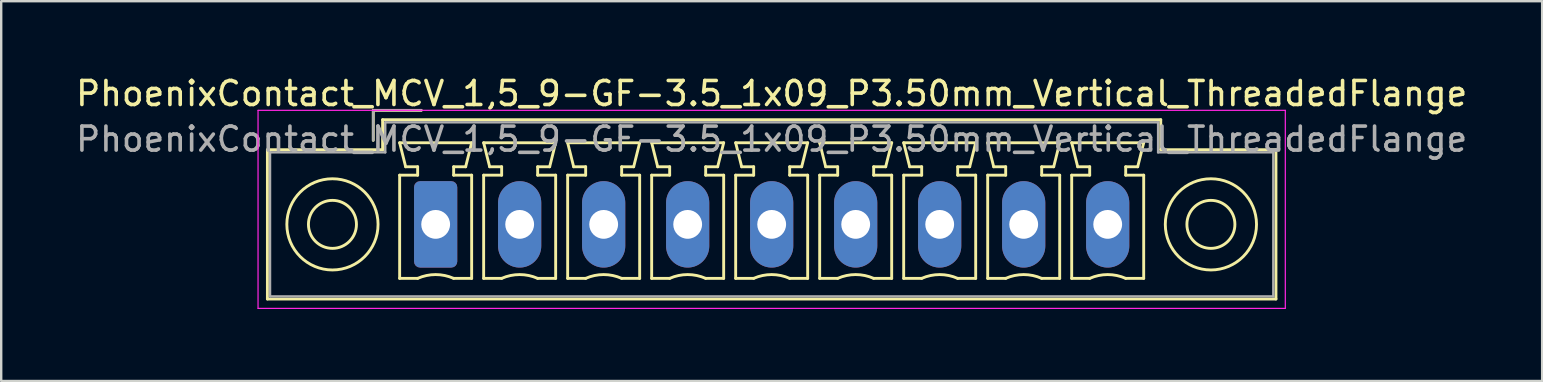
<source format=kicad_pcb>
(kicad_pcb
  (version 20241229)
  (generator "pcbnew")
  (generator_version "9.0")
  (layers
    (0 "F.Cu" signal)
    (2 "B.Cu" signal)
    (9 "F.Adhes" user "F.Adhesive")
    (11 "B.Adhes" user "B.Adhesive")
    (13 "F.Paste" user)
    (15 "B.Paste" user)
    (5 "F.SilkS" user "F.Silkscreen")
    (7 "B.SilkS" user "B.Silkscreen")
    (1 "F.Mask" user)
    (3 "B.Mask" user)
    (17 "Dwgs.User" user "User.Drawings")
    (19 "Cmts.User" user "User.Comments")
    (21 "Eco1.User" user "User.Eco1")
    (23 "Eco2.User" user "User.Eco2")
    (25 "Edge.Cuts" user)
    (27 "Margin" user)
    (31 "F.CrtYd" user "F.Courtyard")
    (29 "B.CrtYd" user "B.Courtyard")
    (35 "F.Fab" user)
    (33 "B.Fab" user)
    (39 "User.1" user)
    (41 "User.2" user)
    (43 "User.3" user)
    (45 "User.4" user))
  (footprint "PhoenixContact_MCV_1,5_9-GF-3.5_1x09_P3.50mm_Vertical_ThreadedFlange"
    (layer "F.Cu")
    (at 15.101 6.298)
    (property "Reference" "PhoenixContact_MCV_1,5_9-GF-3.5_1x09_P3.50mm_Vertical_ThreadedFlange" (at 14 -5.45 0) (layer "F.SilkS") (effects (font (size 1 1) (thickness 0.15))))
    (attr through_hole)
    (fp_line (start -7.01 -3.11) (end -7.01 3.11) (stroke (width 0.12) (type solid)) (layer "F.SilkS"))
    (fp_line (start -7.01 3.11) (end 35.01 3.11) (stroke (width 0.12) (type solid)) (layer "F.SilkS"))
    (fp_line (start -2.6 -4.75) (end -0.6 -4.75) (stroke (width 0.12) (type solid)) (layer "F.SilkS"))
    (fp_line (start -2.6 -3.5) (end -2.6 -4.75) (stroke (width 0.12) (type solid)) (layer "F.SilkS"))
    (fp_line (start -2.21 -4.36) (end -2.21 -3.11) (stroke (width 0.12) (type solid)) (layer "F.SilkS"))
    (fp_line (start -2.21 -3.11) (end -7.01 -3.11) (stroke (width 0.12) (type solid)) (layer "F.SilkS"))
    (fp_line (start -1.5 -3.4) (end 1.5 -3.4) (stroke (width 0.12) (type solid)) (layer "F.SilkS"))
    (fp_line (start -1.5 -2.05) (end -0.75 -2.05) (stroke (width 0.12) (type solid)) (layer "F.SilkS"))
    (fp_line (start -1.5 2.25) (end -1.5 -2.05) (stroke (width 0.12) (type solid)) (layer "F.SilkS"))
    (fp_line (start -1.25 -2.4) (end -1.5 -3.4) (stroke (width 0.12) (type solid)) (layer "F.SilkS"))
    (fp_line (start -0.75 -2.4) (end -1.25 -2.4) (stroke (width 0.12) (type solid)) (layer "F.SilkS"))
    (fp_line (start -0.75 -2.05) (end -0.75 -2.4) (stroke (width 0.12) (type solid)) (layer "F.SilkS"))
    (fp_line (start -0.75 2.25) (end -1.5 2.25) (stroke (width 0.12) (type solid)) (layer "F.SilkS"))
    (fp_line (start 0.75 -2.4) (end 0.75 -2.05) (stroke (width 0.12) (type solid)) (layer "F.SilkS"))
    (fp_line (start 0.75 -2.05) (end 1.5 -2.05) (stroke (width 0.12) (type solid)) (layer "F.SilkS"))
    (fp_line (start 1.25 -2.4) (end 0.75 -2.4) (stroke (width 0.12) (type solid)) (layer "F.SilkS"))
    (fp_line (start 1.5 -3.4) (end 1.25 -2.4) (stroke (width 0.12) (type solid)) (layer "F.SilkS"))
    (fp_line (start 1.5 -2.05) (end 1.5 2.25) (stroke (width 0.12) (type solid)) (layer "F.SilkS"))
    (fp_line (start 1.5 2.25) (end 0.75 2.25) (stroke (width 0.12) (type solid)) (layer "F.SilkS"))
    (fp_line (start 2 -3.4) (end 5 -3.4) (stroke (width 0.12) (type solid)) (layer "F.SilkS"))
    (fp_line (start 2 -2.05) (end 2.75 -2.05) (stroke (width 0.12) (type solid)) (layer "F.SilkS"))
    (fp_line (start 2 2.25) (end 2 -2.05) (stroke (width 0.12) (type solid)) (layer "F.SilkS"))
    (fp_line (start 2.25 -2.4) (end 2 -3.4) (stroke (width 0.12) (type solid)) (layer "F.SilkS"))
    (fp_line (start 2.75 -2.4) (end 2.25 -2.4) (stroke (width 0.12) (type solid)) (layer "F.SilkS"))
    (fp_line (start 2.75 -2.05) (end 2.75 -2.4) (stroke (width 0.12) (type solid)) (layer "F.SilkS"))
    (fp_line (start 2.75 2.25) (end 2 2.25) (stroke (width 0.12) (type solid)) (layer "F.SilkS"))
    (fp_line (start 4.25 -2.4) (end 4.25 -2.05) (stroke (width 0.12) (type solid)) (layer "F.SilkS"))
    (fp_line (start 4.25 -2.05) (end 5 -2.05) (stroke (width 0.12) (type solid)) (layer "F.SilkS"))
    (fp_line (start 4.75 -2.4) (end 4.25 -2.4) (stroke (width 0.12) (type solid)) (layer "F.SilkS"))
    (fp_line (start 5 -3.4) (end 4.75 -2.4) (stroke (width 0.12) (type solid)) (layer "F.SilkS"))
    (fp_line (start 5 -2.05) (end 5 2.25) (stroke (width 0.12) (type solid)) (layer "F.SilkS"))
    (fp_line (start 5 2.25) (end 4.25 2.25) (stroke (width 0.12) (type solid)) (layer "F.SilkS"))
    (fp_line (start 5.5 -3.4) (end 8.5 -3.4) (stroke (width 0.12) (type solid)) (layer "F.SilkS"))
    (fp_line (start 5.5 -2.05) (end 6.25 -2.05) (stroke (width 0.12) (type solid)) (layer "F.SilkS"))
    (fp_line (start 5.5 2.25) (end 5.5 -2.05) (stroke (width 0.12) (type solid)) (layer "F.SilkS"))
    (fp_line (start 5.75 -2.4) (end 5.5 -3.4) (stroke (width 0.12) (type solid)) (layer "F.SilkS"))
    (fp_line (start 6.25 -2.4) (end 5.75 -2.4) (stroke (width 0.12) (type solid)) (layer "F.SilkS"))
    (fp_line (start 6.25 -2.05) (end 6.25 -2.4) (stroke (width 0.12) (type solid)) (layer "F.SilkS"))
    (fp_line (start 6.25 2.25) (end 5.5 2.25) (stroke (width 0.12) (type solid)) (layer "F.SilkS"))
    (fp_line (start 7.75 -2.4) (end 7.75 -2.05) (stroke (width 0.12) (type solid)) (layer "F.SilkS"))
    (fp_line (start 7.75 -2.05) (end 8.5 -2.05) (stroke (width 0.12) (type solid)) (layer "F.SilkS"))
    (fp_line (start 8.25 -2.4) (end 7.75 -2.4) (stroke (width 0.12) (type solid)) (layer "F.SilkS"))
    (fp_line (start 8.5 -3.4) (end 8.25 -2.4) (stroke (width 0.12) (type solid)) (layer "F.SilkS"))
    (fp_line (start 8.5 -2.05) (end 8.5 2.25) (stroke (width 0.12) (type solid)) (layer "F.SilkS"))
    (fp_line (start 8.5 2.25) (end 7.75 2.25) (stroke (width 0.12) (type solid)) (layer "F.SilkS"))
    (fp_line (start 9 -3.4) (end 12 -3.4) (stroke (width 0.12) (type solid)) (layer "F.SilkS"))
    (fp_line (start 9 -2.05) (end 9.75 -2.05) (stroke (width 0.12) (type solid)) (layer "F.SilkS"))
    (fp_line (start 9 2.25) (end 9 -2.05) (stroke (width 0.12) (type solid)) (layer "F.SilkS"))
    (fp_line (start 9.25 -2.4) (end 9 -3.4) (stroke (width 0.12) (type solid)) (layer "F.SilkS"))
    (fp_line (start 9.75 -2.4) (end 9.25 -2.4) (stroke (width 0.12) (type solid)) (layer "F.SilkS"))
    (fp_line (start 9.75 -2.05) (end 9.75 -2.4) (stroke (width 0.12) (type solid)) (layer "F.SilkS"))
    (fp_line (start 9.75 2.25) (end 9 2.25) (stroke (width 0.12) (type solid)) (layer "F.SilkS"))
    (fp_line (start 11.25 -2.4) (end 11.25 -2.05) (stroke (width 0.12) (type solid)) (layer "F.SilkS"))
    (fp_line (start 11.25 -2.05) (end 12 -2.05) (stroke (width 0.12) (type solid)) (layer "F.SilkS"))
    (fp_line (start 11.75 -2.4) (end 11.25 -2.4) (stroke (width 0.12) (type solid)) (layer "F.SilkS"))
    (fp_line (start 12 -3.4) (end 11.75 -2.4) (stroke (width 0.12) (type solid)) (layer "F.SilkS"))
    (fp_line (start 12 -2.05) (end 12 2.25) (stroke (width 0.12) (type solid)) (layer "F.SilkS"))
    (fp_line (start 12 2.25) (end 11.25 2.25) (stroke (width 0.12) (type solid)) (layer "F.SilkS"))
    (fp_line (start 12.5 -3.4) (end 15.5 -3.4) (stroke (width 0.12) (type solid)) (layer "F.SilkS"))
    (fp_line (start 12.5 -2.05) (end 13.25 -2.05) (stroke (width 0.12) (type solid)) (layer "F.SilkS"))
    (fp_line (start 12.5 2.25) (end 12.5 -2.05) (stroke (width 0.12) (type solid)) (layer "F.SilkS"))
    (fp_line (start 12.75 -2.4) (end 12.5 -3.4) (stroke (width 0.12) (type solid)) (layer "F.SilkS"))
    (fp_line (start 13.25 -2.4) (end 12.75 -2.4) (stroke (width 0.12) (type solid)) (layer "F.SilkS"))
    (fp_line (start 13.25 -2.05) (end 13.25 -2.4) (stroke (width 0.12) (type solid)) (layer "F.SilkS"))
    (fp_line (start 13.25 2.25) (end 12.5 2.25) (stroke (width 0.12) (type solid)) (layer "F.SilkS"))
    (fp_line (start 14.75 -2.4) (end 14.75 -2.05) (stroke (width 0.12) (type solid)) (layer "F.SilkS"))
    (fp_line (start 14.75 -2.05) (end 15.5 -2.05) (stroke (width 0.12) (type solid)) (layer "F.SilkS"))
    (fp_line (start 15.25 -2.4) (end 14.75 -2.4) (stroke (width 0.12) (type solid)) (layer "F.SilkS"))
    (fp_line (start 15.5 -3.4) (end 15.25 -2.4) (stroke (width 0.12) (type solid)) (layer "F.SilkS"))
    (fp_line (start 15.5 -2.05) (end 15.5 2.25) (stroke (width 0.12) (type solid)) (layer "F.SilkS"))
    (fp_line (start 15.5 2.25) (end 14.75 2.25) (stroke (width 0.12) (type solid)) (layer "F.SilkS"))
    (fp_line (start 16 -3.4) (end 19 -3.4) (stroke (width 0.12) (type solid)) (layer "F.SilkS"))
    (fp_line (start 16 -2.05) (end 16.75 -2.05) (stroke (width 0.12) (type solid)) (layer "F.SilkS"))
    (fp_line (start 16 2.25) (end 16 -2.05) (stroke (width 0.12) (type solid)) (layer "F.SilkS"))
    (fp_line (start 16.25 -2.4) (end 16 -3.4) (stroke (width 0.12) (type solid)) (layer "F.SilkS"))
    (fp_line (start 16.75 -2.4) (end 16.25 -2.4) (stroke (width 0.12) (type solid)) (layer "F.SilkS"))
    (fp_line (start 16.75 -2.05) (end 16.75 -2.4) (stroke (width 0.12) (type solid)) (layer "F.SilkS"))
    (fp_line (start 16.75 2.25) (end 16 2.25) (stroke (width 0.12) (type solid)) (layer "F.SilkS"))
    (fp_line (start 18.25 -2.4) (end 18.25 -2.05) (stroke (width 0.12) (type solid)) (layer "F.SilkS"))
    (fp_line (start 18.25 -2.05) (end 19 -2.05) (stroke (width 0.12) (type solid)) (layer "F.SilkS"))
    (fp_line (start 18.75 -2.4) (end 18.25 -2.4) (stroke (width 0.12) (type solid)) (layer "F.SilkS"))
    (fp_line (start 19 -3.4) (end 18.75 -2.4) (stroke (width 0.12) (type solid)) (layer "F.SilkS"))
    (fp_line (start 19 -2.05) (end 19 2.25) (stroke (width 0.12) (type solid)) (layer "F.SilkS"))
    (fp_line (start 19 2.25) (end 18.25 2.25) (stroke (width 0.12) (type solid)) (layer "F.SilkS"))
    (fp_line (start 19.5 -3.4) (end 22.5 -3.4) (stroke (width 0.12) (type solid)) (layer "F.SilkS"))
    (fp_line (start 19.5 -2.05) (end 20.25 -2.05) (stroke (width 0.12) (type solid)) (layer "F.SilkS"))
    (fp_line (start 19.5 2.25) (end 19.5 -2.05) (stroke (width 0.12) (type solid)) (layer "F.SilkS"))
    (fp_line (start 19.75 -2.4) (end 19.5 -3.4) (stroke (width 0.12) (type solid)) (layer "F.SilkS"))
    (fp_line (start 20.25 -2.4) (end 19.75 -2.4) (stroke (width 0.12) (type solid)) (layer "F.SilkS"))
    (fp_line (start 20.25 -2.05) (end 20.25 -2.4) (stroke (width 0.12) (type solid)) (layer "F.SilkS"))
    (fp_line (start 20.25 2.25) (end 19.5 2.25) (stroke (width 0.12) (type solid)) (layer "F.SilkS"))
    (fp_line (start 21.75 -2.4) (end 21.75 -2.05) (stroke (width 0.12) (type solid)) (layer "F.SilkS"))
    (fp_line (start 21.75 -2.05) (end 22.5 -2.05) (stroke (width 0.12) (type solid)) (layer "F.SilkS"))
    (fp_line (start 22.25 -2.4) (end 21.75 -2.4) (stroke (width 0.12) (type solid)) (layer "F.SilkS"))
    (fp_line (start 22.5 -3.4) (end 22.25 -2.4) (stroke (width 0.12) (type solid)) (layer "F.SilkS"))
    (fp_line (start 22.5 -2.05) (end 22.5 2.25) (stroke (width 0.12) (type solid)) (layer "F.SilkS"))
    (fp_line (start 22.5 2.25) (end 21.75 2.25) (stroke (width 0.12) (type solid)) (layer "F.SilkS"))
    (fp_line (start 23 -3.4) (end 26 -3.4) (stroke (width 0.12) (type solid)) (layer "F.SilkS"))
    (fp_line (start 23 -2.05) (end 23.75 -2.05) (stroke (width 0.12) (type solid)) (layer "F.SilkS"))
    (fp_line (start 23 2.25) (end 23 -2.05) (stroke (width 0.12) (type solid)) (layer "F.SilkS"))
    (fp_line (start 23.25 -2.4) (end 23 -3.4) (stroke (width 0.12) (type solid)) (layer "F.SilkS"))
    (fp_line (start 23.75 -2.4) (end 23.25 -2.4) (stroke (width 0.12) (type solid)) (layer "F.SilkS"))
    (fp_line (start 23.75 -2.05) (end 23.75 -2.4) (stroke (width 0.12) (type solid)) (layer "F.SilkS"))
    (fp_line (start 23.75 2.25) (end 23 2.25) (stroke (width 0.12) (type solid)) (layer "F.SilkS"))
    (fp_line (start 25.25 -2.4) (end 25.25 -2.05) (stroke (width 0.12) (type solid)) (layer "F.SilkS"))
    (fp_line (start 25.25 -2.05) (end 26 -2.05) (stroke (width 0.12) (type solid)) (layer "F.SilkS"))
    (fp_line (start 25.75 -2.4) (end 25.25 -2.4) (stroke (width 0.12) (type solid)) (layer "F.SilkS"))
    (fp_line (start 26 -3.4) (end 25.75 -2.4) (stroke (width 0.12) (type solid)) (layer "F.SilkS"))
    (fp_line (start 26 -2.05) (end 26 2.25) (stroke (width 0.12) (type solid)) (layer "F.SilkS"))
    (fp_line (start 26 2.25) (end 25.25 2.25) (stroke (width 0.12) (type solid)) (layer "F.SilkS"))
    (fp_line (start 26.5 -3.4) (end 29.5 -3.4) (stroke (width 0.12) (type solid)) (layer "F.SilkS"))
    (fp_line (start 26.5 -2.05) (end 27.25 -2.05) (stroke (width 0.12) (type solid)) (layer "F.SilkS"))
    (fp_line (start 26.5 2.25) (end 26.5 -2.05) (stroke (width 0.12) (type solid)) (layer "F.SilkS"))
    (fp_line (start 26.75 -2.4) (end 26.5 -3.4) (stroke (width 0.12) (type solid)) (layer "F.SilkS"))
    (fp_line (start 27.25 -2.4) (end 26.75 -2.4) (stroke (width 0.12) (type solid)) (layer "F.SilkS"))
    (fp_line (start 27.25 -2.05) (end 27.25 -2.4) (stroke (width 0.12) (type solid)) (layer "F.SilkS"))
    (fp_line (start 27.25 2.25) (end 26.5 2.25) (stroke (width 0.12) (type solid)) (layer "F.SilkS"))
    (fp_line (start 28.75 -2.4) (end 28.75 -2.05) (stroke (width 0.12) (type solid)) (layer "F.SilkS"))
    (fp_line (start 28.75 -2.05) (end 29.5 -2.05) (stroke (width 0.12) (type solid)) (layer "F.SilkS"))
    (fp_line (start 29.25 -2.4) (end 28.75 -2.4) (stroke (width 0.12) (type solid)) (layer "F.SilkS"))
    (fp_line (start 29.5 -3.4) (end 29.25 -2.4) (stroke (width 0.12) (type solid)) (layer "F.SilkS"))
    (fp_line (start 29.5 -2.05) (end 29.5 2.25) (stroke (width 0.12) (type solid)) (layer "F.SilkS"))
    (fp_line (start 29.5 2.25) (end 28.75 2.25) (stroke (width 0.12) (type solid)) (layer "F.SilkS"))
    (fp_line (start 30.21 -4.36) (end -2.21 -4.36) (stroke (width 0.12) (type solid)) (layer "F.SilkS"))
    (fp_line (start 30.21 -3.11) (end 30.21 -4.36) (stroke (width 0.12) (type solid)) (layer "F.SilkS"))
    (fp_line (start 35.01 -3.11) (end 30.21 -3.11) (stroke (width 0.12) (type solid)) (layer "F.SilkS"))
    (fp_line (start 35.01 3.11) (end 35.01 -3.11) (stroke (width 0.12) (type solid)) (layer "F.SilkS"))
    (fp_arc (start -0.75 2.25) (mid -0.000193 2.09191) (end 0.749647 2.249844) (stroke (width 0.12) (type solid)) (layer "F.SilkS"))
    (fp_arc (start 2.75 2.25) (mid 3.499807 2.09191) (end 4.249647 2.249844) (stroke (width 0.12) (type solid)) (layer "F.SilkS"))
    (fp_arc (start 6.25 2.25) (mid 6.999807 2.09191) (end 7.749647 2.249844) (stroke (width 0.12) (type solid)) (layer "F.SilkS"))
    (fp_arc (start 9.75 2.25) (mid 10.499807 2.09191) (end 11.249647 2.249844) (stroke (width 0.12) (type solid)) (layer "F.SilkS"))
    (fp_arc (start 13.25 2.25) (mid 13.999807 2.09191) (end 14.749647 2.249844) (stroke (width 0.12) (type solid)) (layer "F.SilkS"))
    (fp_arc (start 16.75 2.25) (mid 17.499807 2.09191) (end 18.249647 2.249844) (stroke (width 0.12) (type solid)) (layer "F.SilkS"))
    (fp_arc (start 20.25 2.25) (mid 20.999807 2.09191) (end 21.749647 2.249844) (stroke (width 0.12) (type solid)) (layer "F.SilkS"))
    (fp_arc (start 23.75 2.25) (mid 24.499807 2.09191) (end 25.249647 2.249844) (stroke (width 0.12) (type solid)) (layer "F.SilkS"))
    (fp_arc (start 27.25 2.25) (mid 27.999807 2.09191) (end 28.749647 2.249844) (stroke (width 0.12) (type solid)) (layer "F.SilkS"))
    (fp_circle (center -4.3 0) (end -3.3 0) (stroke (width 0.12) (type solid)) (fill no) (layer "F.SilkS"))
    (fp_circle (center -4.3 0) (end -2.4 0) (stroke (width 0.12) (type solid)) (fill no) (layer "F.SilkS"))
    (fp_circle (center 32.3 0) (end 33.3 0) (stroke (width 0.12) (type solid)) (fill no) (layer "F.SilkS"))
    (fp_circle (center 32.3 0) (end 34.2 0) (stroke (width 0.12) (type solid)) (fill no) (layer "F.SilkS"))
    (fp_line (start -7.4 -4.75) (end -7.4 3.5) (stroke (width 0.05) (type solid)) (layer "F.CrtYd"))
    (fp_line (start -7.4 3.5) (end 35.4 3.5) (stroke (width 0.05) (type solid)) (layer "F.CrtYd"))
    (fp_line (start 35.4 -4.75) (end -7.4 -4.75) (stroke (width 0.05) (type solid)) (layer "F.CrtYd"))
    (fp_line (start 35.4 3.5) (end 35.4 -4.75) (stroke (width 0.05) (type solid)) (layer "F.CrtYd"))
    (fp_line (start -6.9 -3) (end -6.9 3) (stroke (width 0.1) (type solid)) (layer "F.Fab"))
    (fp_line (start -6.9 3) (end 34.9 3) (stroke (width 0.1) (type solid)) (layer "F.Fab"))
    (fp_line (start -2.6 -4.75) (end -0.6 -4.75) (stroke (width 0.1) (type solid)) (layer "F.Fab"))
    (fp_line (start -2.6 -3.5) (end -2.6 -4.75) (stroke (width 0.1) (type solid)) (layer "F.Fab"))
    (fp_line (start -2.1 -4.25) (end -2.1 -3) (stroke (width 0.1) (type solid)) (layer "F.Fab"))
    (fp_line (start -2.1 -3) (end -6.9 -3) (stroke (width 0.1) (type solid)) (layer "F.Fab"))
    (fp_line (start 30.1 -4.25) (end -2.1 -4.25) (stroke (width 0.1) (type solid)) (layer "F.Fab"))
    (fp_line (start 30.1 -3) (end 30.1 -4.25) (stroke (width 0.1) (type solid)) (layer "F.Fab"))
    (fp_line (start 34.9 -3) (end 30.1 -3) (stroke (width 0.1) (type solid)) (layer "F.Fab"))
    (fp_line (start 34.9 3) (end 34.9 -3) (stroke (width 0.1) (type solid)) (layer "F.Fab"))
    (fp_text user "${REFERENCE}" (at 14 -3.55 0) (layer "F.Fab") (effects (font (size 1 1) (thickness 0.15))))
    (pad "1" thru_hole roundrect (at 0 0) (size 1.8 3.6) (drill 1.2) (layers "*.Cu" "*.Mask") (roundrect_rratio 0.139))
    (pad "2" thru_hole oval (at 3.5 0) (size 1.8 3.6) (drill 1.2) (layers "*.Cu" "*.Mask"))
    (pad "3" thru_hole oval (at 7 0) (size 1.8 3.6) (drill 1.2) (layers "*.Cu" "*.Mask"))
    (pad "4" thru_hole oval (at 10.5 0) (size 1.8 3.6) (drill 1.2) (layers "*.Cu" "*.Mask"))
    (pad "5" thru_hole oval (at 14 0) (size 1.8 3.6) (drill 1.2) (layers "*.Cu" "*.Mask"))
    (pad "6" thru_hole oval (at 17.5 0) (size 1.8 3.6) (drill 1.2) (layers "*.Cu" "*.Mask"))
    (pad "7" thru_hole oval (at 21 0) (size 1.8 3.6) (drill 1.2) (layers "*.Cu" "*.Mask"))
    (pad "8" thru_hole oval (at 24.5 0) (size 1.8 3.6) (drill 1.2) (layers "*.Cu" "*.Mask"))
    (pad "9" thru_hole oval (at 28 0) (size 1.8 3.6) (drill 1.2) (layers "*.Cu" "*.Mask")))
  (gr_rect
    (start -3 -3)
    (end 61.202 12.823)
    (stroke (width 0.1) (type default))
    (fill no)
    (layer "Edge.Cuts")))
</source>
